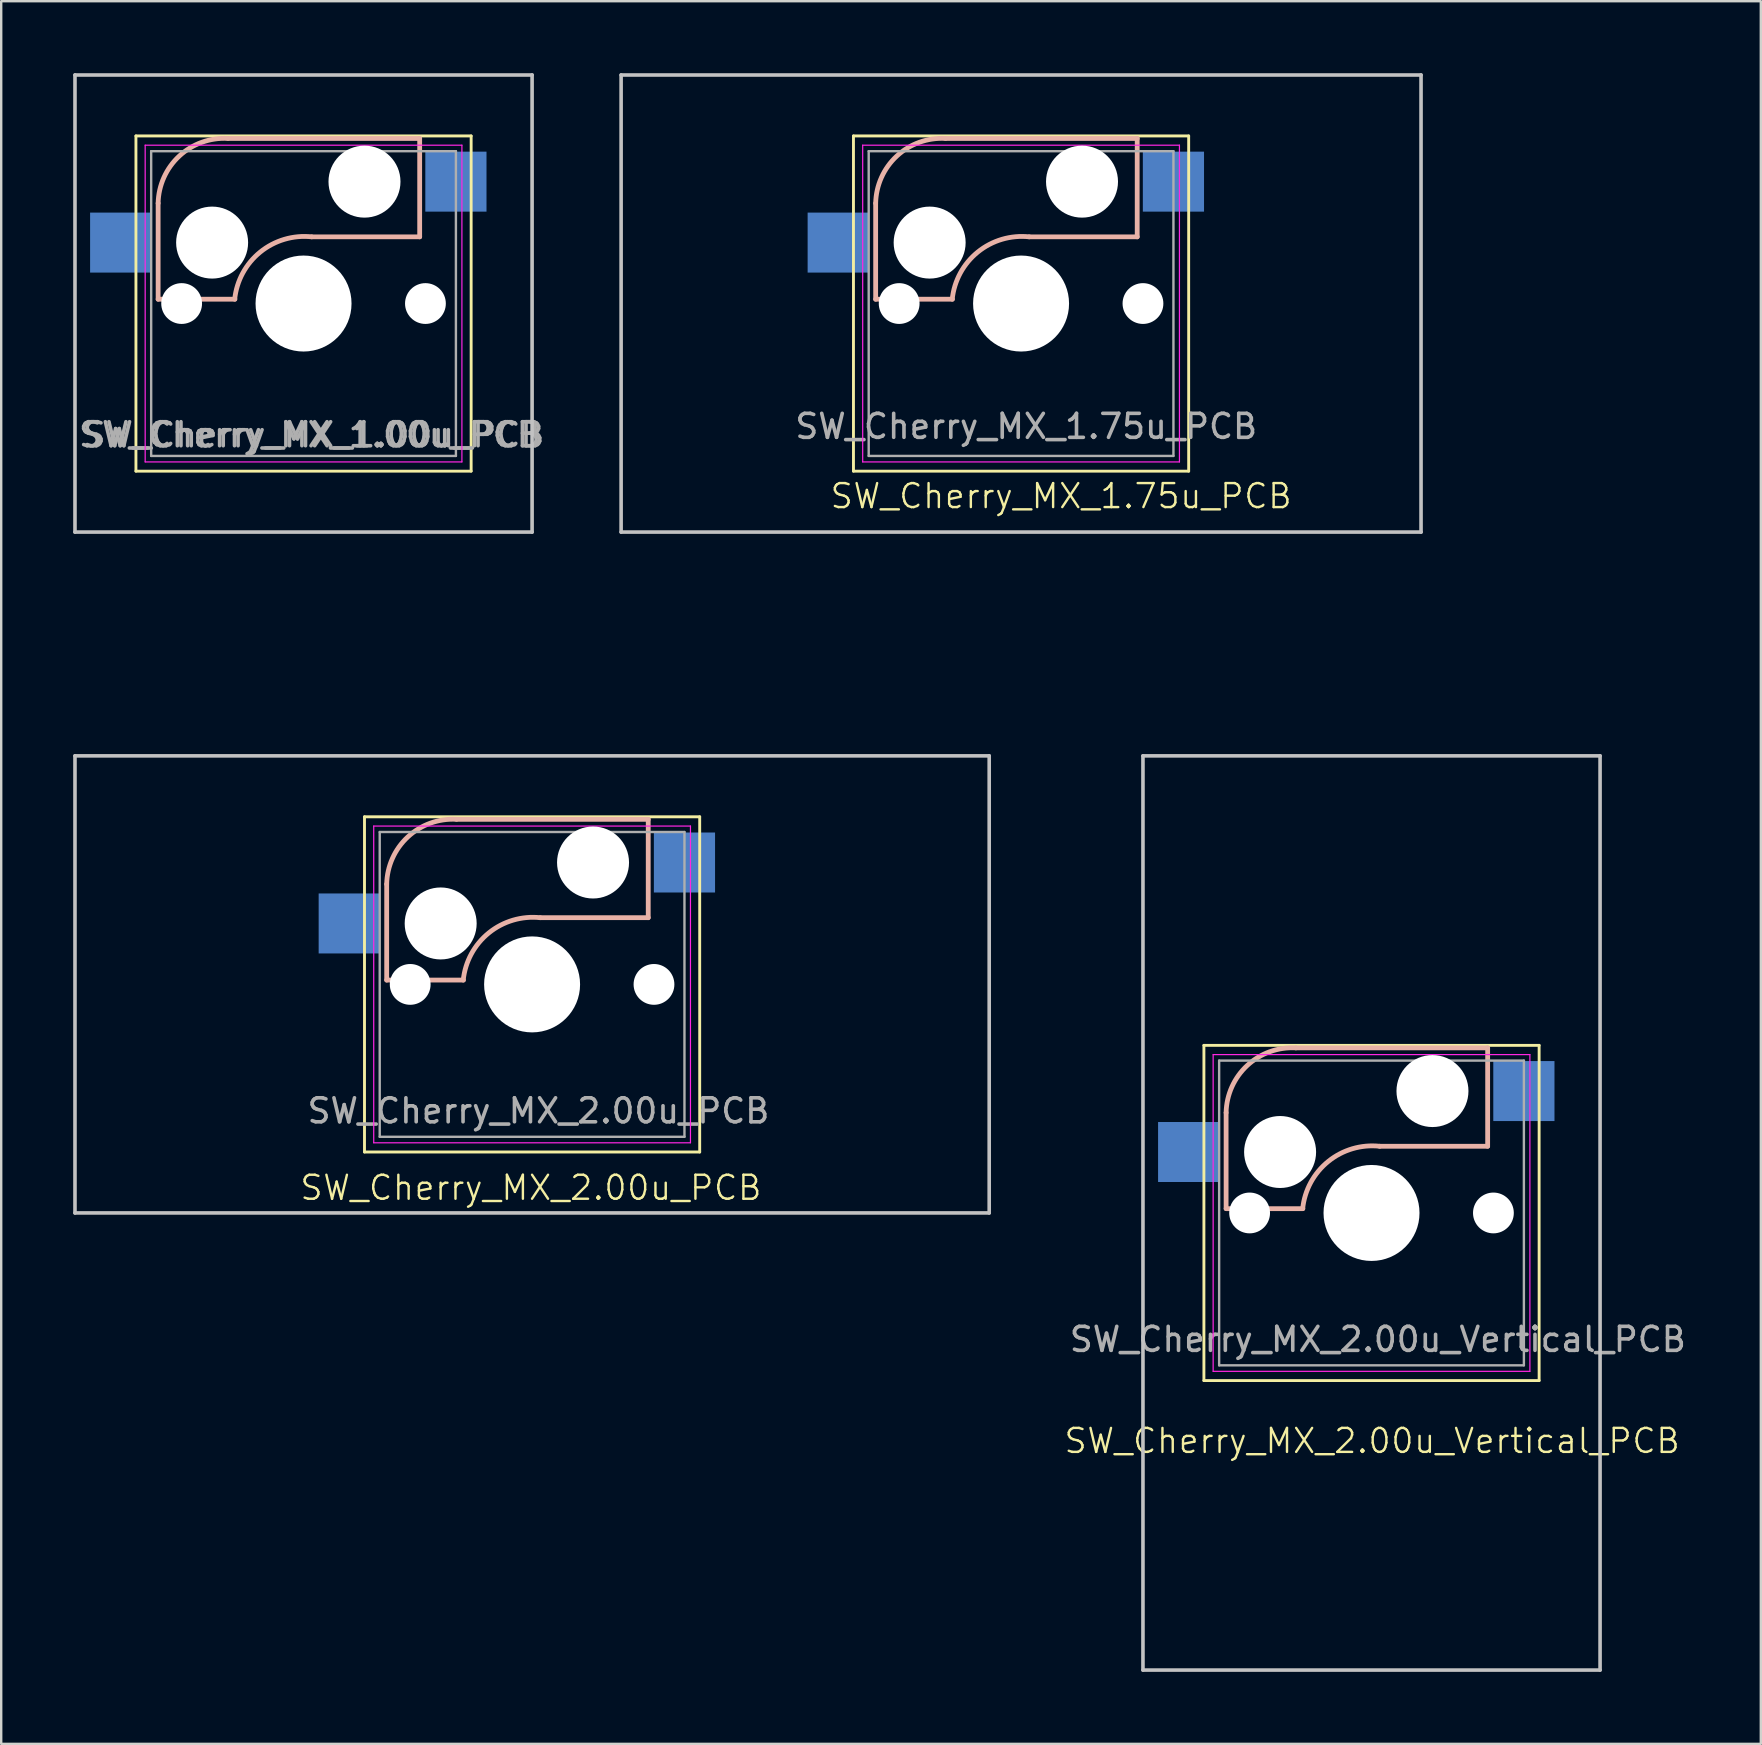
<source format=kicad_pcb>
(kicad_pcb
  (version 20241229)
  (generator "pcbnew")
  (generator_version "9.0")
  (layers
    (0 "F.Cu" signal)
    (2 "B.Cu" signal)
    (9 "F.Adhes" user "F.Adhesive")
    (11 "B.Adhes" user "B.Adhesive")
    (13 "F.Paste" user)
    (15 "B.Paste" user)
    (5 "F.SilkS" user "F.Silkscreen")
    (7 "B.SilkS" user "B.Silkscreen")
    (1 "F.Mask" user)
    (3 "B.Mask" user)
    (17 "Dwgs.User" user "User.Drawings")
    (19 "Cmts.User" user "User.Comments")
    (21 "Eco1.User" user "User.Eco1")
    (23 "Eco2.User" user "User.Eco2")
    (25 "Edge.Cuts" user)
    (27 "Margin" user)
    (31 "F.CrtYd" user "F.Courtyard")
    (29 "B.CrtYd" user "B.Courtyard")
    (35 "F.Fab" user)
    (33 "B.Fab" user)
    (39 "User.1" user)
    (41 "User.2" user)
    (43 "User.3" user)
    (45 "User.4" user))
  (footprint "SW_Cherry_MX_1.00u_PCB"
    (layer "F.Cu")
    (at 9.6 9.6)
    (property "Reference" "SW_Cherry_MX_1.00u_PCB" (at 0.415 5.47 0) (layer "F.Fab") (effects (font (size 1 1) (thickness 0.15))))
    (attr through_hole)
    (fp_line (start -6.985 -6.985) (end 6.985 -6.985) (stroke (width 0.12) (type solid)) (layer "F.SilkS"))
    (fp_line (start -6.985 6.985) (end -6.985 -6.985) (stroke (width 0.12) (type solid)) (layer "F.SilkS"))
    (fp_line (start 6.985 -6.985) (end 6.985 6.985) (stroke (width 0.12) (type solid)) (layer "F.SilkS"))
    (fp_line (start 6.985 6.985) (end -6.985 6.985) (stroke (width 0.12) (type solid)) (layer "F.SilkS"))
    (fp_line (start -6.06 -4.18) (end -6.06 -0.18) (stroke (width 0.2) (type default)) (layer "B.SilkS"))
    (fp_line (start -6.06 -0.18) (end -2.86 -0.18) (stroke (width 0.2) (type default)) (layer "B.SilkS"))
    (fp_line (start 4.84 -6.88) (end -3.152 -6.88) (stroke (width 0.2) (type default)) (layer "B.SilkS"))
    (fp_line (start 4.84 -6.88) (end 4.84 -2.78) (stroke (width 0.2) (type default)) (layer "B.SilkS"))
    (fp_line (start 4.84 -2.78) (end 0.34 -2.78) (stroke (width 0.2) (type default)) (layer "B.SilkS"))
    (fp_arc (start -6.059999 -4.18) (mid -5.178867 -6.146999) (end -3.152 -6.88) (stroke (width 0.2) (type default)) (layer "B.SilkS"))
    (fp_arc (start -2.868839 -0.180915) (mid -1.803841 -2.146429) (end 0.34 -2.78) (stroke (width 0.2) (type default)) (layer "B.SilkS"))
    (fp_line (start -9.525 -9.525) (end 9.525 -9.525) (stroke (width 0.15) (type solid)) (layer "Dwgs.User"))
    (fp_line (start -9.525 9.525) (end -9.525 -9.525) (stroke (width 0.15) (type solid)) (layer "Dwgs.User"))
    (fp_line (start 9.525 -9.525) (end 9.525 9.525) (stroke (width 0.15) (type solid)) (layer "Dwgs.User"))
    (fp_line (start 9.525 9.525) (end -9.525 9.525) (stroke (width 0.15) (type solid)) (layer "Dwgs.User"))
    (fp_line (start -6.6 -6.6) (end 6.6 -6.6) (stroke (width 0.05) (type solid)) (layer "F.CrtYd"))
    (fp_line (start -6.6 6.6) (end -6.6 -6.6) (stroke (width 0.05) (type solid)) (layer "F.CrtYd"))
    (fp_line (start 6.6 -6.6) (end 6.6 6.6) (stroke (width 0.05) (type solid)) (layer "F.CrtYd"))
    (fp_line (start 6.6 6.6) (end -6.6 6.6) (stroke (width 0.05) (type solid)) (layer "F.CrtYd"))
    (fp_line (start -6.35 -6.35) (end 6.35 -6.35) (stroke (width 0.1) (type solid)) (layer "F.Fab"))
    (fp_line (start -6.35 6.35) (end -6.35 -6.35) (stroke (width 0.1) (type solid)) (layer "F.Fab"))
    (fp_line (start 6.35 -6.35) (end 6.35 6.35) (stroke (width 0.1) (type solid)) (layer "F.Fab"))
    (fp_line (start 6.35 6.35) (end -6.35 6.35) (stroke (width 0.1) (type solid)) (layer "F.Fab"))
    (fp_text user "${REFERENCE}" (at 0.265 5.47 0) (layer "F.Fab") (effects (font (size 1 1) (thickness 0.15))))
    (pad "" np_thru_hole circle (at -5.08 0) (size 1.7 1.7) (drill 1.7) (layers "*.Cu" "*.Mask"))
    (pad "" np_thru_hole circle (at -3.81 -2.54) (size 3 3) (drill 3) (layers "*.Cu" "*.Mask"))
    (pad "" np_thru_hole circle (at 0 0) (size 4 4) (drill 4) (layers "*.Cu" "*.Mask"))
    (pad "" np_thru_hole circle (at 2.54 -5.08) (size 3 3) (drill 3) (layers "*.Cu" "*.Mask"))
    (pad "" np_thru_hole circle (at 5.08 0) (size 1.7 1.7) (drill 1.7) (layers "*.Cu" "*.Mask"))
    (pad "1" smd rect (at -7.62 -2.54) (size 2.55 2.5) (layers "B.Cu" "B.Mask" "B.Paste"))
    (pad "2" smd rect (at 6.35 -5.08) (size 2.55 2.5) (layers "B.Cu" "B.Mask" "B.Paste")))
  (footprint "SW_Cherry_MX_2.00u_PCB"
    (layer "F.Cu")
    (at 19.075 50.45)
    (property "Reference" "SW_Cherry_MX_2.00u_PCB" (at 0 -4 0) (unlocked yes) (layer "F.SilkS") (effects (font (size 1 1) (thickness 0.1))))
    (attr smd)
    (fp_line (start -6.935 -19.46) (end 7.035 -19.46) (stroke (width 0.12) (type solid)) (layer "F.SilkS"))
    (fp_line (start -6.935 -5.49) (end -6.935 -19.46) (stroke (width 0.12) (type solid)) (layer "F.SilkS"))
    (fp_line (start 7.035 -19.46) (end 7.035 -5.49) (stroke (width 0.12) (type solid)) (layer "F.SilkS"))
    (fp_line (start 7.035 -5.49) (end -6.935 -5.49) (stroke (width 0.12) (type solid)) (layer "F.SilkS"))
    (fp_line (start -6.01 -16.655) (end -6.01 -12.655) (stroke (width 0.2) (type default)) (layer "B.SilkS"))
    (fp_line (start -6.01 -12.655) (end -2.81 -12.655) (stroke (width 0.2) (type default)) (layer "B.SilkS"))
    (fp_line (start 4.89 -19.355) (end -3.102 -19.355) (stroke (width 0.2) (type default)) (layer "B.SilkS"))
    (fp_line (start 4.89 -19.355) (end 4.89 -15.255) (stroke (width 0.2) (type default)) (layer "B.SilkS"))
    (fp_line (start 4.89 -15.255) (end 0.39 -15.255) (stroke (width 0.2) (type default)) (layer "B.SilkS"))
    (fp_arc (start -6.009999 -16.655) (mid -5.128868 -18.622002) (end -3.102 -19.355) (stroke (width 0.2) (type default)) (layer "B.SilkS"))
    (fp_arc (start -2.818839 -12.655915) (mid -1.753842 -14.621431) (end 0.39 -15.255) (stroke (width 0.2) (type default)) (layer "B.SilkS"))
    (fp_line (start -19 -22) (end 19.1 -22) (stroke (width 0.15) (type solid)) (layer "Dwgs.User"))
    (fp_line (start -19 -2.95) (end -19 -22) (stroke (width 0.15) (type solid)) (layer "Dwgs.User"))
    (fp_line (start -19 -2.95) (end 19.1 -2.95) (stroke (width 0.15) (type solid)) (layer "Dwgs.User"))
    (fp_line (start 19.1 -22) (end 19.1 -2.95) (stroke (width 0.15) (type solid)) (layer "Dwgs.User"))
    (fp_line (start -6.55 -19.075) (end 6.65 -19.075) (stroke (width 0.05) (type solid)) (layer "F.CrtYd"))
    (fp_line (start -6.55 -5.875) (end -6.55 -19.075) (stroke (width 0.05) (type solid)) (layer "F.CrtYd"))
    (fp_line (start 6.65 -19.075) (end 6.65 -5.875) (stroke (width 0.05) (type solid)) (layer "F.CrtYd"))
    (fp_line (start 6.65 -5.875) (end -6.55 -5.875) (stroke (width 0.05) (type solid)) (layer "F.CrtYd"))
    (fp_line (start -6.3 -18.825) (end 6.4 -18.825) (stroke (width 0.1) (type solid)) (layer "F.Fab"))
    (fp_line (start -6.3 -6.125) (end -6.3 -18.825) (stroke (width 0.1) (type solid)) (layer "F.Fab"))
    (fp_line (start 6.4 -18.825) (end 6.4 -6.125) (stroke (width 0.1) (type solid)) (layer "F.Fab"))
    (fp_line (start 6.4 -6.125) (end -6.3 -6.125) (stroke (width 0.1) (type solid)) (layer "F.Fab"))
    (fp_text user "${REFERENCE}" (at 0.315 -7.205 0) (layer "F.Fab") (effects (font (size 1 1) (thickness 0.15))))
    (pad "" np_thru_hole circle (at -5.03 -12.475) (size 1.7 1.7) (drill 1.7) (layers "*.Cu" "*.Mask"))
    (pad "" np_thru_hole circle (at -3.76 -15.015) (size 3 3) (drill 3) (layers "*.Cu" "*.Mask"))
    (pad "" np_thru_hole circle (at 0.05 -12.475) (size 4 4) (drill 4) (layers "*.Cu" "*.Mask"))
    (pad "" np_thru_hole circle (at 2.59 -17.555) (size 3 3) (drill 3) (layers "*.Cu" "*.Mask"))
    (pad "" np_thru_hole circle (at 5.13 -12.475) (size 1.7 1.7) (drill 1.7) (layers "*.Cu" "*.Mask"))
    (pad "1" smd rect (at -7.57 -15.015) (size 2.55 2.5) (layers "B.Cu" "B.Mask" "B.Paste"))
    (pad "2" smd rect (at 6.4 -17.555) (size 2.55 2.5) (layers "B.Cu" "B.Mask" "B.Paste")))
  (footprint "SW_Cherry_MX_2.00u_Vertical_PCB"
    (layer "F.Cu")
    (at 54.133 47.5)
    (property "Reference" "SW_Cherry_MX_2.00u_Vertical_PCB" (at 0 9.5 0) (unlocked yes) (layer "F.SilkS") (effects (font (size 1 1) (thickness 0.1))))
    (attr smd)
    (fp_line (start -7.01 -6.985) (end 6.96 -6.985) (stroke (width 0.12) (type solid)) (layer "F.SilkS"))
    (fp_line (start -7.01 6.985) (end -7.01 -6.985) (stroke (width 0.12) (type solid)) (layer "F.SilkS"))
    (fp_line (start 6.96 -6.985) (end 6.96 6.985) (stroke (width 0.12) (type solid)) (layer "F.SilkS"))
    (fp_line (start 6.96 6.985) (end -7.01 6.985) (stroke (width 0.12) (type solid)) (layer "F.SilkS"))
    (fp_line (start -6.085 -4.18) (end -6.085 -0.18) (stroke (width 0.2) (type default)) (layer "B.SilkS"))
    (fp_line (start -6.085 -0.18) (end -2.885 -0.18) (stroke (width 0.2) (type default)) (layer "B.SilkS"))
    (fp_line (start 4.815 -6.88) (end -3.177 -6.88) (stroke (width 0.2) (type default)) (layer "B.SilkS"))
    (fp_line (start 4.815 -6.88) (end 4.815 -2.78) (stroke (width 0.2) (type default)) (layer "B.SilkS"))
    (fp_line (start 4.815 -2.78) (end 0.315 -2.78) (stroke (width 0.2) (type default)) (layer "B.SilkS"))
    (fp_arc (start -6.084999 -4.18) (mid -5.203867 -6.146999) (end -3.177 -6.88) (stroke (width 0.2) (type default)) (layer "B.SilkS"))
    (fp_arc (start -2.893839 -0.180915) (mid -1.828841 -2.146429) (end 0.315 -2.78) (stroke (width 0.2) (type default)) (layer "B.SilkS"))
    (fp_line (start -9.55 -19.05) (end -9.55 19.05) (stroke (width 0.15) (type solid)) (layer "Dwgs.User"))
    (fp_line (start -9.55 -19.05) (end 9.5 -19.05) (stroke (width 0.15) (type solid)) (layer "Dwgs.User"))
    (fp_line (start 9.5 -19.05) (end 9.5 19.05) (stroke (width 0.15) (type solid)) (layer "Dwgs.User"))
    (fp_line (start 9.5 19.05) (end -9.55 19.05) (stroke (width 0.15) (type solid)) (layer "Dwgs.User"))
    (fp_line (start -6.625 -6.6) (end 6.575 -6.6) (stroke (width 0.05) (type solid)) (layer "F.CrtYd"))
    (fp_line (start -6.625 6.6) (end -6.625 -6.6) (stroke (width 0.05) (type solid)) (layer "F.CrtYd"))
    (fp_line (start 6.575 -6.6) (end 6.575 6.6) (stroke (width 0.05) (type solid)) (layer "F.CrtYd"))
    (fp_line (start 6.575 6.6) (end -6.625 6.6) (stroke (width 0.05) (type solid)) (layer "F.CrtYd"))
    (fp_line (start -6.375 -6.35) (end 6.325 -6.35) (stroke (width 0.1) (type solid)) (layer "F.Fab"))
    (fp_line (start -6.375 6.35) (end -6.375 -6.35) (stroke (width 0.1) (type solid)) (layer "F.Fab"))
    (fp_line (start 6.325 -6.35) (end 6.325 6.35) (stroke (width 0.1) (type solid)) (layer "F.Fab"))
    (fp_line (start 6.325 6.35) (end -6.375 6.35) (stroke (width 0.1) (type solid)) (layer "F.Fab"))
    (fp_text user "${REFERENCE}" (at 0.24 5.27 0) (layer "F.Fab") (effects (font (size 1 1) (thickness 0.15))))
    (pad "" np_thru_hole circle (at -5.105 0) (size 1.7 1.7) (drill 1.7) (layers "*.Cu" "*.Mask"))
    (pad "" np_thru_hole circle (at -3.835 -2.54) (size 3 3) (drill 3) (layers "*.Cu" "*.Mask"))
    (pad "" np_thru_hole circle (at -0.025 0) (size 4 4) (drill 4) (layers "*.Cu" "*.Mask"))
    (pad "" np_thru_hole circle (at 2.515 -5.08) (size 3 3) (drill 3) (layers "*.Cu" "*.Mask"))
    (pad "" np_thru_hole circle (at 5.055 0) (size 1.7 1.7) (drill 1.7) (layers "*.Cu" "*.Mask"))
    (pad "1" smd rect (at -7.645 -2.54) (size 2.55 2.5) (layers "B.Cu" "B.Mask" "B.Paste"))
    (pad "2" smd rect (at 6.325 -5.08) (size 2.55 2.5) (layers "B.Cu" "B.Mask" "B.Paste")))
  (footprint "SW_Cherry_MX_1.75u_PCB"
    (layer "F.Cu")
    (at 41.172 25.125)
    (property "Reference" "SW_Cherry_MX_1.75u_PCB" (at 0 -7.5 0) (unlocked yes) (layer "F.SilkS") (effects (font (size 1 1) (thickness 0.1))))
    (attr smd)
    (fp_line (start -8.654 -22.51) (end 5.316 -22.51) (stroke (width 0.12) (type solid)) (layer "F.SilkS"))
    (fp_line (start -8.654 -8.54) (end -8.654 -22.51) (stroke (width 0.12) (type solid)) (layer "F.SilkS"))
    (fp_line (start 5.316 -22.51) (end 5.316 -8.54) (stroke (width 0.12) (type solid)) (layer "F.SilkS"))
    (fp_line (start 5.316 -8.54) (end -8.654 -8.54) (stroke (width 0.12) (type solid)) (layer "F.SilkS"))
    (fp_line (start -7.729 -19.705) (end -7.729 -15.705) (stroke (width 0.2) (type default)) (layer "B.SilkS"))
    (fp_line (start -7.729 -15.705) (end -4.529 -15.705) (stroke (width 0.2) (type default)) (layer "B.SilkS"))
    (fp_line (start 3.171 -22.405) (end -4.821 -22.405) (stroke (width 0.2) (type default)) (layer "B.SilkS"))
    (fp_line (start 3.171 -22.405) (end 3.171 -18.305) (stroke (width 0.2) (type default)) (layer "B.SilkS"))
    (fp_line (start 3.171 -18.305) (end -1.329 -18.305) (stroke (width 0.2) (type default)) (layer "B.SilkS"))
    (fp_arc (start -7.728749 -19.705) (mid -6.847617 -21.671999) (end -4.82075 -22.405) (stroke (width 0.2) (type default)) (layer "B.SilkS"))
    (fp_arc (start -4.537589 -15.705915) (mid -3.472591 -17.671429) (end -1.32875 -18.305) (stroke (width 0.2) (type default)) (layer "B.SilkS"))
    (fp_line (start -18.337 -25.05) (end 15 -25.05) (stroke (width 0.15) (type solid)) (layer "Dwgs.User"))
    (fp_line (start -18.337 -6) (end -18.337 -25.05) (stroke (width 0.15) (type solid)) (layer "Dwgs.User"))
    (fp_line (start 15 -25.05) (end 15 -6) (stroke (width 0.15) (type solid)) (layer "Dwgs.User"))
    (fp_line (start 15 -6) (end -18.337 -6) (stroke (width 0.15) (type solid)) (layer "Dwgs.User"))
    (fp_line (start -8.269 -22.125) (end 4.931 -22.125) (stroke (width 0.05) (type solid)) (layer "F.CrtYd"))
    (fp_line (start -8.269 -8.925) (end -8.269 -22.125) (stroke (width 0.05) (type solid)) (layer "F.CrtYd"))
    (fp_line (start 4.931 -22.125) (end 4.931 -8.925) (stroke (width 0.05) (type solid)) (layer "F.CrtYd"))
    (fp_line (start 4.931 -8.925) (end -8.269 -8.925) (stroke (width 0.05) (type solid)) (layer "F.CrtYd"))
    (fp_line (start -8.019 -21.875) (end 4.681 -21.875) (stroke (width 0.1) (type solid)) (layer "F.Fab"))
    (fp_line (start -8.019 -9.175) (end -8.019 -21.875) (stroke (width 0.1) (type solid)) (layer "F.Fab"))
    (fp_line (start 4.681 -21.875) (end 4.681 -9.175) (stroke (width 0.1) (type solid)) (layer "F.Fab"))
    (fp_line (start 4.681 -9.175) (end -8.019 -9.175) (stroke (width 0.1) (type solid)) (layer "F.Fab"))
    (fp_text user "${REFERENCE}" (at -1.454 -10.405 0) (layer "F.Fab") (effects (font (size 1 1) (thickness 0.15))))
    (pad "" np_thru_hole circle (at -6.749 -15.525) (size 1.7 1.7) (drill 1.7) (layers "*.Cu" "*.Mask"))
    (pad "" np_thru_hole circle (at -5.479 -18.065) (size 3 3) (drill 3) (layers "*.Cu" "*.Mask"))
    (pad "" np_thru_hole circle (at -1.669 -15.525) (size 4 4) (drill 4) (layers "*.Cu" "*.Mask"))
    (pad "" np_thru_hole circle (at 0.871 -20.605) (size 3 3) (drill 3) (layers "*.Cu" "*.Mask"))
    (pad "" np_thru_hole circle (at 3.411 -15.525) (size 1.7 1.7) (drill 1.7) (layers "*.Cu" "*.Mask"))
    (pad "1" smd rect (at -9.289 -18.065) (size 2.55 2.5) (layers "B.Cu" "B.Mask" "B.Paste"))
    (pad "2" smd rect (at 4.681 -20.605) (size 2.55 2.5) (layers "B.Cu" "B.Mask" "B.Paste")))
  (gr_rect
    (start -3 -3)
    (end 70.332 69.625)
    (stroke (width 0.1) (type default))
    (fill no)
    (layer "Edge.Cuts")))
</source>
